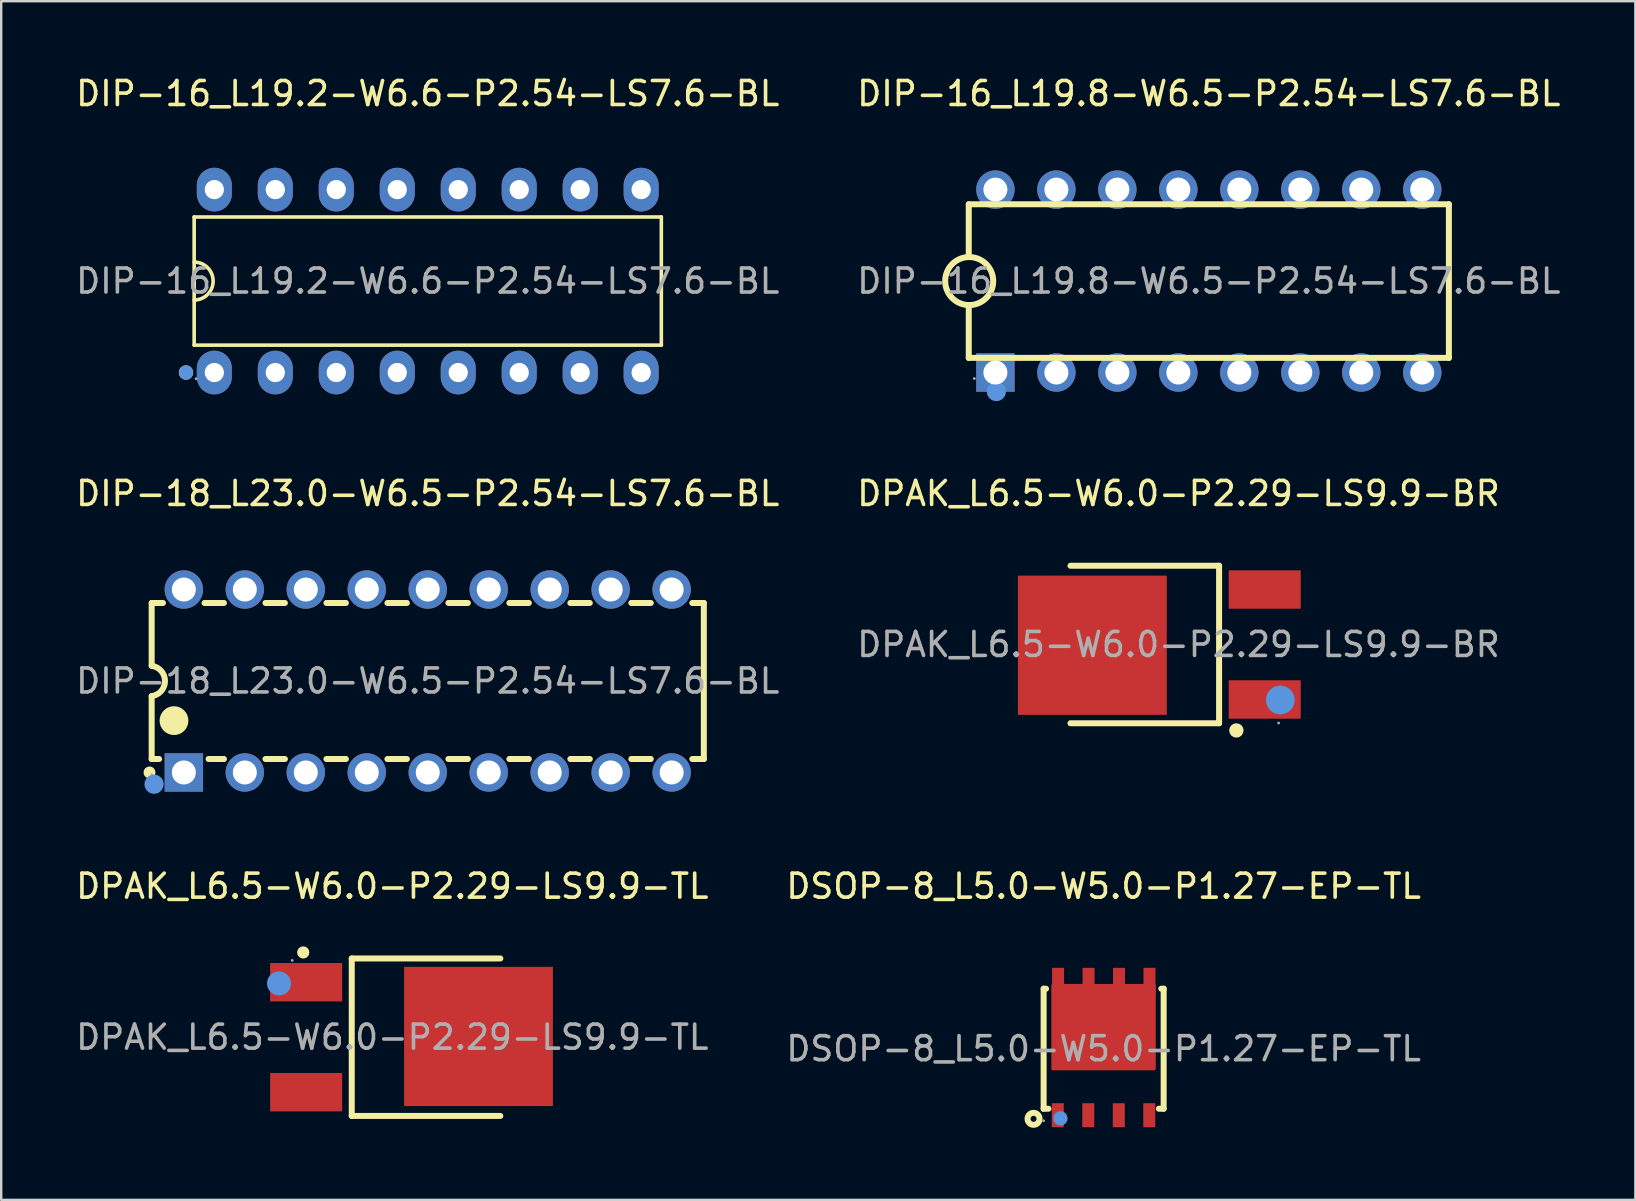
<source format=kicad_pcb>
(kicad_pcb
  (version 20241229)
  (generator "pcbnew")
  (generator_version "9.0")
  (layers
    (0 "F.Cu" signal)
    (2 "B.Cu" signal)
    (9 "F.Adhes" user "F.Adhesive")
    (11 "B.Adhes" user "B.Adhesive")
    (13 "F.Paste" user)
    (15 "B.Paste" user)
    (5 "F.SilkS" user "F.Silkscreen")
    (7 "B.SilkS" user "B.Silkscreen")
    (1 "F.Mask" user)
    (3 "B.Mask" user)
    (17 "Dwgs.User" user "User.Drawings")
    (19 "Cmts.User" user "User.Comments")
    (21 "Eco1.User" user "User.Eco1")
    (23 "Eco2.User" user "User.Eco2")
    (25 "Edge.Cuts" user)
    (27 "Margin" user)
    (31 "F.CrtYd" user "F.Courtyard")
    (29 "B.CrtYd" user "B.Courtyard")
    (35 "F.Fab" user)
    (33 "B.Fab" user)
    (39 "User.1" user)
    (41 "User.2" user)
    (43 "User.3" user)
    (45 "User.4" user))
  (footprint "DIP-16_L19.8-W6.5-P2.54-LS7.6-BL"
    (layer "F.Cu")
    (at 47.304 8.658)
    (property "Reference" "DIP-16_L19.8-W6.5-P2.54-LS7.6-BL" (at 0 -7.81 0) (layer "F.SilkS") (effects (font (size 1 1) (thickness 0.15))))
    (attr through_hole)
    (fp_line (start -10 -1) (end -10 -3.2) (stroke (width 0.25) (type solid)) (layer "F.SilkS"))
    (fp_line (start -10 3.2) (end -10 1) (stroke (width 0.25) (type solid)) (layer "F.SilkS"))
    (fp_line (start 10 -3.2) (end -10 -3.2) (stroke (width 0.25) (type solid)) (layer "F.SilkS"))
    (fp_line (start 10 3.2) (end -10 3.2) (stroke (width 0.25) (type solid)) (layer "F.SilkS"))
    (fp_line (start 10 3.2) (end 10 -3.2) (stroke (width 0.25) (type solid)) (layer "F.SilkS"))
    (fp_arc (start -9.967457 1.000371) (mid -10.001272 -1.000223) (end -9.95 1) (stroke (width 0.25) (type solid)) (layer "F.SilkS"))
    (fp_circle (center -8.85 4.6) (end -8.65 4.6) (stroke (width 0.4) (type solid)) (fill no) (layer "Cmts.User"))
    (fp_circle (center -9.77 4.06) (end -9.74 4.06) (stroke (width 0.06) (type solid)) (fill no) (layer "F.Fab"))
    (fp_circle (center -8.89 -3.75) (end -8.77 -3.75) (stroke (width 0.25) (type solid)) (fill no) (layer "F.Fab"))
    (fp_circle (center -8.89 3.81) (end -8.77 3.81) (stroke (width 0.25) (type solid)) (fill no) (layer "F.Fab"))
    (fp_circle (center -6.35 -3.75) (end -6.23 -3.75) (stroke (width 0.25) (type solid)) (fill no) (layer "F.Fab"))
    (fp_circle (center -6.35 3.75) (end -6.23 3.75) (stroke (width 0.25) (type solid)) (fill no) (layer "F.Fab"))
    (fp_circle (center -3.81 -3.75) (end -3.69 -3.75) (stroke (width 0.25) (type solid)) (fill no) (layer "F.Fab"))
    (fp_circle (center -3.81 3.75) (end -3.69 3.75) (stroke (width 0.25) (type solid)) (fill no) (layer "F.Fab"))
    (fp_circle (center -1.27 -3.81) (end -1.15 -3.81) (stroke (width 0.25) (type solid)) (fill no) (layer "F.Fab"))
    (fp_circle (center -1.27 3.81) (end -1.15 3.81) (stroke (width 0.25) (type solid)) (fill no) (layer "F.Fab"))
    (fp_circle (center 1.27 -3.81) (end 1.39 -3.81) (stroke (width 0.25) (type solid)) (fill no) (layer "F.Fab"))
    (fp_circle (center 1.27 3.81) (end 1.39 3.81) (stroke (width 0.25) (type solid)) (fill no) (layer "F.Fab"))
    (fp_circle (center 3.81 -3.75) (end 3.93 -3.75) (stroke (width 0.25) (type solid)) (fill no) (layer "F.Fab"))
    (fp_circle (center 3.81 3.75) (end 3.93 3.75) (stroke (width 0.25) (type solid)) (fill no) (layer "F.Fab"))
    (fp_circle (center 6.35 -3.75) (end 6.47 -3.75) (stroke (width 0.25) (type solid)) (fill no) (layer "F.Fab"))
    (fp_circle (center 6.35 3.75) (end 6.47 3.75) (stroke (width 0.25) (type solid)) (fill no) (layer "F.Fab"))
    (fp_circle (center 8.89 -3.81) (end 9.01 -3.81) (stroke (width 0.25) (type solid)) (fill no) (layer "F.Fab"))
    (fp_circle (center 8.89 3.75) (end 9.01 3.75) (stroke (width 0.25) (type solid)) (fill no) (layer "F.Fab"))
    (fp_text user "${REFERENCE}" (at 0 0 0) (layer "F.Fab") (effects (font (size 1 1) (thickness 0.15))))
    (pad "1" thru_hole rect (at -8.89 3.81 90) (size 1.6 1.6) (drill 1) (layers "*.Cu" "*.Paste" "*.Mask"))
    (pad "2" thru_hole circle (at -6.35 3.81 90) (size 1.6 1.6) (drill 1) (layers "*.Cu" "*.Paste" "*.Mask"))
    (pad "3" thru_hole circle (at -3.81 3.81 90) (size 1.6 1.6) (drill 1) (layers "*.Cu" "*.Paste" "*.Mask"))
    (pad "4" thru_hole circle (at -1.27 3.81 90) (size 1.6 1.6) (drill 1) (layers "*.Cu" "*.Paste" "*.Mask"))
    (pad "5" thru_hole circle (at 1.27 3.81 90) (size 1.6 1.6) (drill 1) (layers "*.Cu" "*.Paste" "*.Mask"))
    (pad "6" thru_hole circle (at 3.81 3.81 90) (size 1.6 1.6) (drill 1) (layers "*.Cu" "*.Paste" "*.Mask"))
    (pad "7" thru_hole circle (at 6.35 3.81 90) (size 1.6 1.6) (drill 1) (layers "*.Cu" "*.Paste" "*.Mask"))
    (pad "8" thru_hole circle (at 8.89 3.81 90) (size 1.6 1.6) (drill 1) (layers "*.Cu" "*.Paste" "*.Mask"))
    (pad "9" thru_hole circle (at 8.89 -3.81 90) (size 1.6 1.6) (drill 1) (layers "*.Cu" "*.Paste" "*.Mask"))
    (pad "10" thru_hole circle (at 6.35 -3.81 90) (size 1.6 1.6) (drill 1) (layers "*.Cu" "*.Paste" "*.Mask"))
    (pad "11" thru_hole circle (at 3.81 -3.81 90) (size 1.6 1.6) (drill 1) (layers "*.Cu" "*.Paste" "*.Mask"))
    (pad "12" thru_hole circle (at 1.27 -3.81 90) (size 1.6 1.6) (drill 1) (layers "*.Cu" "*.Paste" "*.Mask"))
    (pad "13" thru_hole circle (at -1.27 -3.81 90) (size 1.6 1.6) (drill 1) (layers "*.Cu" "*.Paste" "*.Mask"))
    (pad "14" thru_hole circle (at -3.81 -3.81 90) (size 1.6 1.6) (drill 1) (layers "*.Cu" "*.Paste" "*.Mask"))
    (pad "15" thru_hole circle (at -6.35 -3.81 90) (size 1.6 1.6) (drill 1) (layers "*.Cu" "*.Paste" "*.Mask"))
    (pad "16" thru_hole circle (at -8.89 -3.81 90) (size 1.6 1.6) (drill 1) (layers "*.Cu" "*.Paste" "*.Mask")))
  (footprint "DSOP-8_L5.0-W5.0-P1.27-EP-TL"
    (layer "F.Cu")
    (at 42.923 40.635)
    (property "Reference" "DSOP-8_L5.0-W5.0-P1.27-EP-TL" (at 0 -6.77 0) (layer "F.SilkS") (effects (font (size 1 1) (thickness 0.15))))
    (attr through_hole)
    (fp_line (start -2.5 -2.5) (end -2.5 2.5) (stroke (width 0.25) (type solid)) (layer "F.SilkS"))
    (fp_line (start -2.5 2.5) (end -2.3 2.5) (stroke (width 0.25) (type solid)) (layer "F.SilkS"))
    (fp_line (start -2.4 -2.5) (end -2.5 -2.5) (stroke (width 0.25) (type solid)) (layer "F.SilkS"))
    (fp_line (start 2.4 -2.5) (end 2.5 -2.5) (stroke (width 0.25) (type solid)) (layer "F.SilkS"))
    (fp_line (start 2.5 -2.5) (end 2.5 2.5) (stroke (width 0.25) (type solid)) (layer "F.SilkS"))
    (fp_line (start 2.5 2.5) (end 2.3 2.5) (stroke (width 0.25) (type solid)) (layer "F.SilkS"))
    (fp_circle (center -2.92 2.92) (end -2.67 2.92) (stroke (width 0.25) (type solid)) (fill no) (layer "F.SilkS"))
    (fp_circle (center -1.8 2.9) (end -1.65 2.9) (stroke (width 0.3) (type solid)) (fill no) (layer "Cmts.User"))
    (fp_circle (center -2.5 3) (end -2.47 3) (stroke (width 0.06) (type solid)) (fill no) (layer "F.Fab"))
    (fp_text user "${REFERENCE}" (at 0 0 0) (layer "F.Fab") (effects (font (size 1 1) (thickness 0.15))))
    (pad "1" smd rect (at -1.91 2.77 270) (size 1 0.5) (layers "F.Cu" "F.Mask" "F.Paste"))
    (pad "2" smd rect (at -0.64 2.77 270) (size 1 0.5) (layers "F.Cu" "F.Mask" "F.Paste"))
    (pad "3" smd rect (at 0.63 2.77 270) (size 1 0.5) (layers "F.Cu" "F.Mask" "F.Paste"))
    (pad "4" smd rect (at 1.9 2.77 270) (size 1 0.5) (layers "F.Cu" "F.Mask" "F.Paste"))
    (pad "5" smd rect (at 1.91 -2.77 270) (size 1.2 0.5) (layers "F.Cu" "F.Mask" "F.Paste"))
    (pad "6" smd rect (at 0.64 -2.77 270) (size 1.2 0.5) (layers "F.Cu" "F.Mask" "F.Paste"))
    (pad "7" smd rect (at -0.63 -2.77 270) (size 1.2 0.5) (layers "F.Cu" "F.Mask" "F.Paste"))
    (pad "8" smd rect (at -1.9 -2.77 270) (size 1.2 0.5) (layers "F.Cu" "F.Mask" "F.Paste"))
    (pad "9" smd custom (at 0 -0.45) (size 1 1) (layers "F.Cu" "F.Mask" "F.Paste") (options (anchor circle)) (primitives (gr_poly (pts (xy -2.13 -2.2) (xy 2.12 -2.2) (xy 2.12 1.3) (xy -2.13 1.3)) (width 0.1) (fill yes)))))
  (footprint "DPAK_L6.5-W6.0-P2.29-LS9.9-BR"
    (layer "F.Cu")
    (at 46.042 23.797)
    (property "Reference" "DPAK_L6.5-W6.0-P2.29-LS9.9-BR" (at 0 -6.29 0) (layer "F.SilkS") (effects (font (size 1 1) (thickness 0.15))))
    (attr through_hole)
    (fp_line (start -4.5 -3.28) (end 1.69 -3.28) (stroke (width 0.25) (type solid)) (layer "F.SilkS"))
    (fp_line (start 1.69 -3.28) (end 1.69 3.28) (stroke (width 0.25) (type solid)) (layer "F.SilkS"))
    (fp_line (start 1.69 3.28) (end -4.5 3.28) (stroke (width 0.25) (type solid)) (layer "F.SilkS"))
    (fp_circle (center 2.41 3.58) (end 2.56 3.58) (stroke (width 0.3) (type solid)) (fill no) (layer "F.SilkS"))
    (fp_circle (center 4.24 2.31) (end 4.54 2.31) (stroke (width 0.6) (type solid)) (fill no) (layer "Cmts.User"))
    (fp_circle (center 4.17 3.27) (end 4.2 3.27) (stroke (width 0.06) (type solid)) (fill no) (layer "F.Fab"))
    (fp_text user "${REFERENCE}" (at 0 0 0) (layer "F.Fab") (effects (font (size 1 1) (thickness 0.15))))
    (pad "1" smd rect (at 3.59 2.29) (size 3 1.6) (layers "F.Cu" "F.Mask" "F.Paste"))
    (pad "3" smd rect (at 3.59 -2.29) (size 3 1.6) (layers "F.Cu" "F.Mask" "F.Paste"))
    (pad "4" smd rect (at -3.59 0.03) (size 6.2 5.8) (layers "F.Cu" "F.Mask" "F.Paste")))
  (footprint "DIP-18_L23.0-W6.5-P2.54-LS7.6-BL"
    (layer "F.Cu")
    (at 14.768 25.317)
    (property "Reference" "DIP-18_L23.0-W6.5-P2.54-LS7.6-BL" (at 0 -7.81 0) (layer "F.SilkS") (effects (font (size 1 1) (thickness 0.15))))
    (attr through_hole)
    (fp_line (start -11.5 -3.25) (end -11.5 -0.64) (stroke (width 0.25) (type solid)) (layer "F.SilkS"))
    (fp_line (start -11.5 3.25) (end -11.5 0.63) (stroke (width 0.25) (type solid)) (layer "F.SilkS"))
    (fp_line (start -11.5 3.25) (end -11.19 3.25) (stroke (width 0.25) (type solid)) (layer "F.SilkS"))
    (fp_line (start -11.03 -3.25) (end -11.5 -3.25) (stroke (width 0.25) (type solid)) (layer "F.SilkS"))
    (fp_line (start -9.13 3.25) (end -8.49 3.25) (stroke (width 0.25) (type solid)) (layer "F.SilkS"))
    (fp_line (start -8.49 -3.25) (end -9.3 -3.25) (stroke (width 0.25) (type solid)) (layer "F.SilkS"))
    (fp_line (start -6.76 3.25) (end -5.95 3.25) (stroke (width 0.25) (type solid)) (layer "F.SilkS"))
    (fp_line (start -5.95 -3.25) (end -6.76 -3.25) (stroke (width 0.25) (type solid)) (layer "F.SilkS"))
    (fp_line (start -4.22 3.25) (end -3.41 3.25) (stroke (width 0.25) (type solid)) (layer "F.SilkS"))
    (fp_line (start -3.41 -3.25) (end -4.22 -3.25) (stroke (width 0.25) (type solid)) (layer "F.SilkS"))
    (fp_line (start -1.68 3.25) (end -0.87 3.25) (stroke (width 0.25) (type solid)) (layer "F.SilkS"))
    (fp_line (start -0.87 -3.25) (end -1.68 -3.25) (stroke (width 0.25) (type solid)) (layer "F.SilkS"))
    (fp_line (start 0.86 3.25) (end 1.67 3.25) (stroke (width 0.25) (type solid)) (layer "F.SilkS"))
    (fp_line (start 1.67 -3.25) (end 0.86 -3.25) (stroke (width 0.25) (type solid)) (layer "F.SilkS"))
    (fp_line (start 3.4 3.25) (end 4.21 3.25) (stroke (width 0.25) (type solid)) (layer "F.SilkS"))
    (fp_line (start 4.21 -3.25) (end 3.4 -3.25) (stroke (width 0.25) (type solid)) (layer "F.SilkS"))
    (fp_line (start 5.94 3.25) (end 6.75 3.25) (stroke (width 0.25) (type solid)) (layer "F.SilkS"))
    (fp_line (start 6.75 -3.25) (end 5.94 -3.25) (stroke (width 0.25) (type solid)) (layer "F.SilkS"))
    (fp_line (start 8.48 3.25) (end 9.29 3.25) (stroke (width 0.25) (type solid)) (layer "F.SilkS"))
    (fp_line (start 9.29 -3.25) (end 8.48 -3.25) (stroke (width 0.25) (type solid)) (layer "F.SilkS"))
    (fp_line (start 11.02 3.25) (end 11.5 3.25) (stroke (width 0.25) (type solid)) (layer "F.SilkS"))
    (fp_line (start 11.5 -3.25) (end 11.02 -3.25) (stroke (width 0.25) (type solid)) (layer "F.SilkS"))
    (fp_line (start 11.5 -3.25) (end 11.5 3.25) (stroke (width 0.25) (type solid)) (layer "F.SilkS"))
    (fp_arc (start -11.59 3.81) (mid -11.59 3.81) (end -11.59 3.81) (stroke (width 0.25) (type solid)) (layer "F.SilkS"))
    (fp_arc (start -11.501582 -0.630199) (mid -10.944941 -0.000797) (end -11.5 0.63) (stroke (width 0.25) (type solid)) (layer "F.SilkS"))
    (fp_arc (start -10.87 1.64) (mid -10.269875 1.654999) (end -10.870167 1.650004) (stroke (width 0.6) (type solid)) (layer "F.SilkS"))
    (fp_circle (center -11.4 4.3) (end -11.2 4.3) (stroke (width 0.4) (type solid)) (fill no) (layer "Cmts.User"))
    (fp_circle (center -11.5 3.91) (end -11.47 3.91) (stroke (width 0.06) (type solid)) (fill no) (layer "F.Fab"))
    (fp_text user "${REFERENCE}" (at 0 0 0) (layer "F.Fab") (effects (font (size 1 1) (thickness 0.15))))
    (pad "1" thru_hole rect (at -10.16 3.81 90) (size 1.6 1.6) (drill 1) (layers "*.Cu" "*.Paste" "*.Mask"))
    (pad "2" thru_hole oval (at -7.62 3.81 90) (size 1.6 1.6) (drill 1) (layers "*.Cu" "*.Paste" "*.Mask"))
    (pad "3" thru_hole oval (at -5.08 3.81 90) (size 1.6 1.6) (drill 1) (layers "*.Cu" "*.Paste" "*.Mask"))
    (pad "4" thru_hole oval (at -2.54 3.81 90) (size 1.6 1.6) (drill 1) (layers "*.Cu" "*.Paste" "*.Mask"))
    (pad "5" thru_hole oval (at 0 3.81 90) (size 1.6 1.6) (drill 1) (layers "*.Cu" "*.Paste" "*.Mask"))
    (pad "6" thru_hole oval (at 2.54 3.81 90) (size 1.6 1.6) (drill 1) (layers "*.Cu" "*.Paste" "*.Mask"))
    (pad "7" thru_hole oval (at 5.08 3.81 90) (size 1.6 1.6) (drill 1) (layers "*.Cu" "*.Paste" "*.Mask"))
    (pad "8" thru_hole oval (at 7.62 3.81 90) (size 1.6 1.6) (drill 1) (layers "*.Cu" "*.Paste" "*.Mask"))
    (pad "9" thru_hole oval (at 10.16 3.81 90) (size 1.6 1.6) (drill 1) (layers "*.Cu" "*.Paste" "*.Mask"))
    (pad "10" thru_hole oval (at 10.16 -3.81 90) (size 1.6 1.6) (drill 1) (layers "*.Cu" "*.Paste" "*.Mask"))
    (pad "11" thru_hole oval (at 7.62 -3.81 90) (size 1.6 1.6) (drill 1) (layers "*.Cu" "*.Paste" "*.Mask"))
    (pad "12" thru_hole oval (at 5.08 -3.81 90) (size 1.6 1.6) (drill 1) (layers "*.Cu" "*.Paste" "*.Mask"))
    (pad "13" thru_hole oval (at 2.54 -3.81 90) (size 1.6 1.6) (drill 1) (layers "*.Cu" "*.Paste" "*.Mask"))
    (pad "14" thru_hole oval (at 0 -3.81 90) (size 1.6 1.6) (drill 1) (layers "*.Cu" "*.Paste" "*.Mask"))
    (pad "15" thru_hole oval (at -2.54 -3.81 90) (size 1.6 1.6) (drill 1) (layers "*.Cu" "*.Paste" "*.Mask"))
    (pad "16" thru_hole oval (at -5.08 -3.81 90) (size 1.6 1.6) (drill 1) (layers "*.Cu" "*.Paste" "*.Mask"))
    (pad "17" thru_hole oval (at -7.62 -3.81 90) (size 1.6 1.6) (drill 1) (layers "*.Cu" "*.Paste" "*.Mask"))
    (pad "18" thru_hole oval (at -10.16 -3.81 90) (size 1.6 1.6) (drill 1) (layers "*.Cu" "*.Paste" "*.Mask")))
  (footprint "DIP-16_L19.2-W6.6-P2.54-LS7.6-BL"
    (layer "F.Cu")
    (at 14.768 8.658)
    (property "Reference" "DIP-16_L19.2-W6.6-P2.54-LS7.6-BL" (at 0 -7.81 0) (layer "F.SilkS") (effects (font (size 1 1) (thickness 0.15))))
    (attr through_hole)
    (fp_line (start -9.73 -2.67) (end 9.73 -2.67) (stroke (width 0.15) (type solid)) (layer "F.SilkS"))
    (fp_line (start -9.73 2.67) (end -9.73 -2.67) (stroke (width 0.15) (type solid)) (layer "F.SilkS"))
    (fp_line (start 9.73 -2.67) (end 9.73 2.67) (stroke (width 0.15) (type solid)) (layer "F.SilkS"))
    (fp_line (start 9.73 2.67) (end -9.73 2.67) (stroke (width 0.15) (type solid)) (layer "F.SilkS"))
    (fp_arc (start -9.73 -0.79) (mid -8.94 0) (end -9.73 0.79) (stroke (width 0.15) (type solid)) (layer "F.SilkS"))
    (fp_circle (center -10.07 3.81) (end -9.92 3.81) (stroke (width 0.3) (type solid)) (fill no) (layer "F.SilkS"))
    (fp_circle (center -10.07 3.81) (end -9.92 3.81) (stroke (width 0.3) (type solid)) (fill no) (layer "Cmts.User"))
    (fp_circle (center -9.65 4.07) (end -9.62 4.07) (stroke (width 0.06) (type solid)) (fill no) (layer "F.Fab"))
    (fp_circle (center -8.89 -3.81) (end -8.76 -3.81) (stroke (width 0.26) (type solid)) (fill no) (layer "F.Fab"))
    (fp_circle (center -8.89 3.81) (end -8.76 3.81) (stroke (width 0.26) (type solid)) (fill no) (layer "F.Fab"))
    (fp_circle (center -6.35 -3.81) (end -6.22 -3.81) (stroke (width 0.26) (type solid)) (fill no) (layer "F.Fab"))
    (fp_circle (center -6.35 3.81) (end -6.22 3.81) (stroke (width 0.26) (type solid)) (fill no) (layer "F.Fab"))
    (fp_circle (center -3.81 -3.81) (end -3.68 -3.81) (stroke (width 0.26) (type solid)) (fill no) (layer "F.Fab"))
    (fp_circle (center -3.81 3.81) (end -3.68 3.81) (stroke (width 0.26) (type solid)) (fill no) (layer "F.Fab"))
    (fp_circle (center -1.27 -3.81) (end -1.14 -3.81) (stroke (width 0.26) (type solid)) (fill no) (layer "F.Fab"))
    (fp_circle (center -1.27 3.81) (end -1.14 3.81) (stroke (width 0.26) (type solid)) (fill no) (layer "F.Fab"))
    (fp_circle (center 1.27 -3.81) (end 1.4 -3.81) (stroke (width 0.26) (type solid)) (fill no) (layer "F.Fab"))
    (fp_circle (center 1.27 3.81) (end 1.4 3.81) (stroke (width 0.26) (type solid)) (fill no) (layer "F.Fab"))
    (fp_circle (center 3.81 -3.81) (end 3.94 -3.81) (stroke (width 0.26) (type solid)) (fill no) (layer "F.Fab"))
    (fp_circle (center 3.81 3.81) (end 3.94 3.81) (stroke (width 0.26) (type solid)) (fill no) (layer "F.Fab"))
    (fp_circle (center 6.35 -3.81) (end 6.48 -3.81) (stroke (width 0.26) (type solid)) (fill no) (layer "F.Fab"))
    (fp_circle (center 6.35 3.81) (end 6.48 3.81) (stroke (width 0.26) (type solid)) (fill no) (layer "F.Fab"))
    (fp_circle (center 8.89 -3.81) (end 9.02 -3.81) (stroke (width 0.26) (type solid)) (fill no) (layer "F.Fab"))
    (fp_circle (center 8.89 3.81) (end 9.02 3.81) (stroke (width 0.26) (type solid)) (fill no) (layer "F.Fab"))
    (fp_text user "${REFERENCE}" (at 0 0 0) (layer "F.Fab") (effects (font (size 1 1) (thickness 0.15))))
    (pad "1" thru_hole oval (at -8.89 3.81) (size 1.46 1.82) (drill 0.8) (layers "*.Cu" "*.Paste" "*.Mask"))
    (pad "2" thru_hole oval (at -6.35 3.81) (size 1.46 1.82) (drill 0.8) (layers "*.Cu" "*.Paste" "*.Mask"))
    (pad "3" thru_hole oval (at -3.81 3.81) (size 1.46 1.82) (drill 0.8) (layers "*.Cu" "*.Paste" "*.Mask"))
    (pad "4" thru_hole oval (at -1.27 3.81) (size 1.46 1.82) (drill 0.8) (layers "*.Cu" "*.Paste" "*.Mask"))
    (pad "5" thru_hole oval (at 1.27 3.81) (size 1.46 1.82) (drill 0.8) (layers "*.Cu" "*.Paste" "*.Mask"))
    (pad "6" thru_hole oval (at 3.81 3.81) (size 1.46 1.82) (drill 0.8) (layers "*.Cu" "*.Paste" "*.Mask"))
    (pad "7" thru_hole oval (at 6.35 3.81) (size 1.46 1.82) (drill 0.8) (layers "*.Cu" "*.Paste" "*.Mask"))
    (pad "8" thru_hole oval (at 8.89 3.81) (size 1.46 1.82) (drill 0.8) (layers "*.Cu" "*.Paste" "*.Mask"))
    (pad "9" thru_hole oval (at 8.89 -3.81) (size 1.46 1.82) (drill 0.8) (layers "*.Cu" "*.Paste" "*.Mask"))
    (pad "10" thru_hole oval (at 6.35 -3.81) (size 1.46 1.82) (drill 0.8) (layers "*.Cu" "*.Paste" "*.Mask"))
    (pad "11" thru_hole oval (at 3.81 -3.81) (size 1.46 1.82) (drill 0.8) (layers "*.Cu" "*.Paste" "*.Mask"))
    (pad "12" thru_hole oval (at 1.27 -3.81) (size 1.46 1.82) (drill 0.8) (layers "*.Cu" "*.Paste" "*.Mask"))
    (pad "13" thru_hole oval (at -1.27 -3.81) (size 1.46 1.82) (drill 0.8) (layers "*.Cu" "*.Paste" "*.Mask"))
    (pad "14" thru_hole oval (at -3.81 -3.81) (size 1.46 1.82) (drill 0.8) (layers "*.Cu" "*.Paste" "*.Mask"))
    (pad "15" thru_hole oval (at -6.35 -3.81) (size 1.46 1.82) (drill 0.8) (layers "*.Cu" "*.Paste" "*.Mask"))
    (pad "16" thru_hole oval (at -8.89 -3.81) (size 1.46 1.82) (drill 0.8) (layers "*.Cu" "*.Paste" "*.Mask")))
  (footprint "DPAK_L6.5-W6.0-P2.29-LS9.9-TL"
    (layer "F.Cu")
    (at 13.292 40.155)
    (property "Reference" "DPAK_L6.5-W6.0-P2.29-LS9.9-TL" (at 0 -6.29 0) (layer "F.SilkS") (effects (font (size 1 1) (thickness 0.15))))
    (attr through_hole)
    (fp_line (start -1.69 -3.28) (end 4.5 -3.28) (stroke (width 0.25) (type solid)) (layer "F.SilkS"))
    (fp_line (start -1.69 3.28) (end -1.69 -3.28) (stroke (width 0.25) (type solid)) (layer "F.SilkS"))
    (fp_line (start 4.5 3.28) (end -1.69 3.28) (stroke (width 0.25) (type solid)) (layer "F.SilkS"))
    (fp_circle (center -3.71 -3.53) (end -3.58 -3.53) (stroke (width 0.25) (type solid)) (fill no) (layer "F.SilkS"))
    (fp_circle (center -4.72 -2.24) (end -4.47 -2.24) (stroke (width 0.5) (type solid)) (fill no) (layer "Cmts.User"))
    (fp_circle (center -4.17 -3.2) (end -4.14 -3.2) (stroke (width 0.06) (type solid)) (fill no) (layer "F.Fab"))
    (fp_text user "${REFERENCE}" (at 0 0 0) (layer "F.Fab") (effects (font (size 1 1) (thickness 0.15))))
    (pad "1" smd rect (at -3.59 -2.29) (size 3 1.6) (layers "F.Cu" "F.Mask" "F.Paste"))
    (pad "3" smd rect (at -3.59 2.29) (size 3 1.6) (layers "F.Cu" "F.Mask" "F.Paste"))
    (pad "4" smd rect (at 3.59 -0.03) (size 6.2 5.8) (layers "F.Cu" "F.Mask" "F.Paste")))
  (gr_rect
    (start -3 -3)
    (end 65.071 46.93)
    (stroke (width 0.1) (type default))
    (fill no)
    (layer "Edge.Cuts")))
</source>
